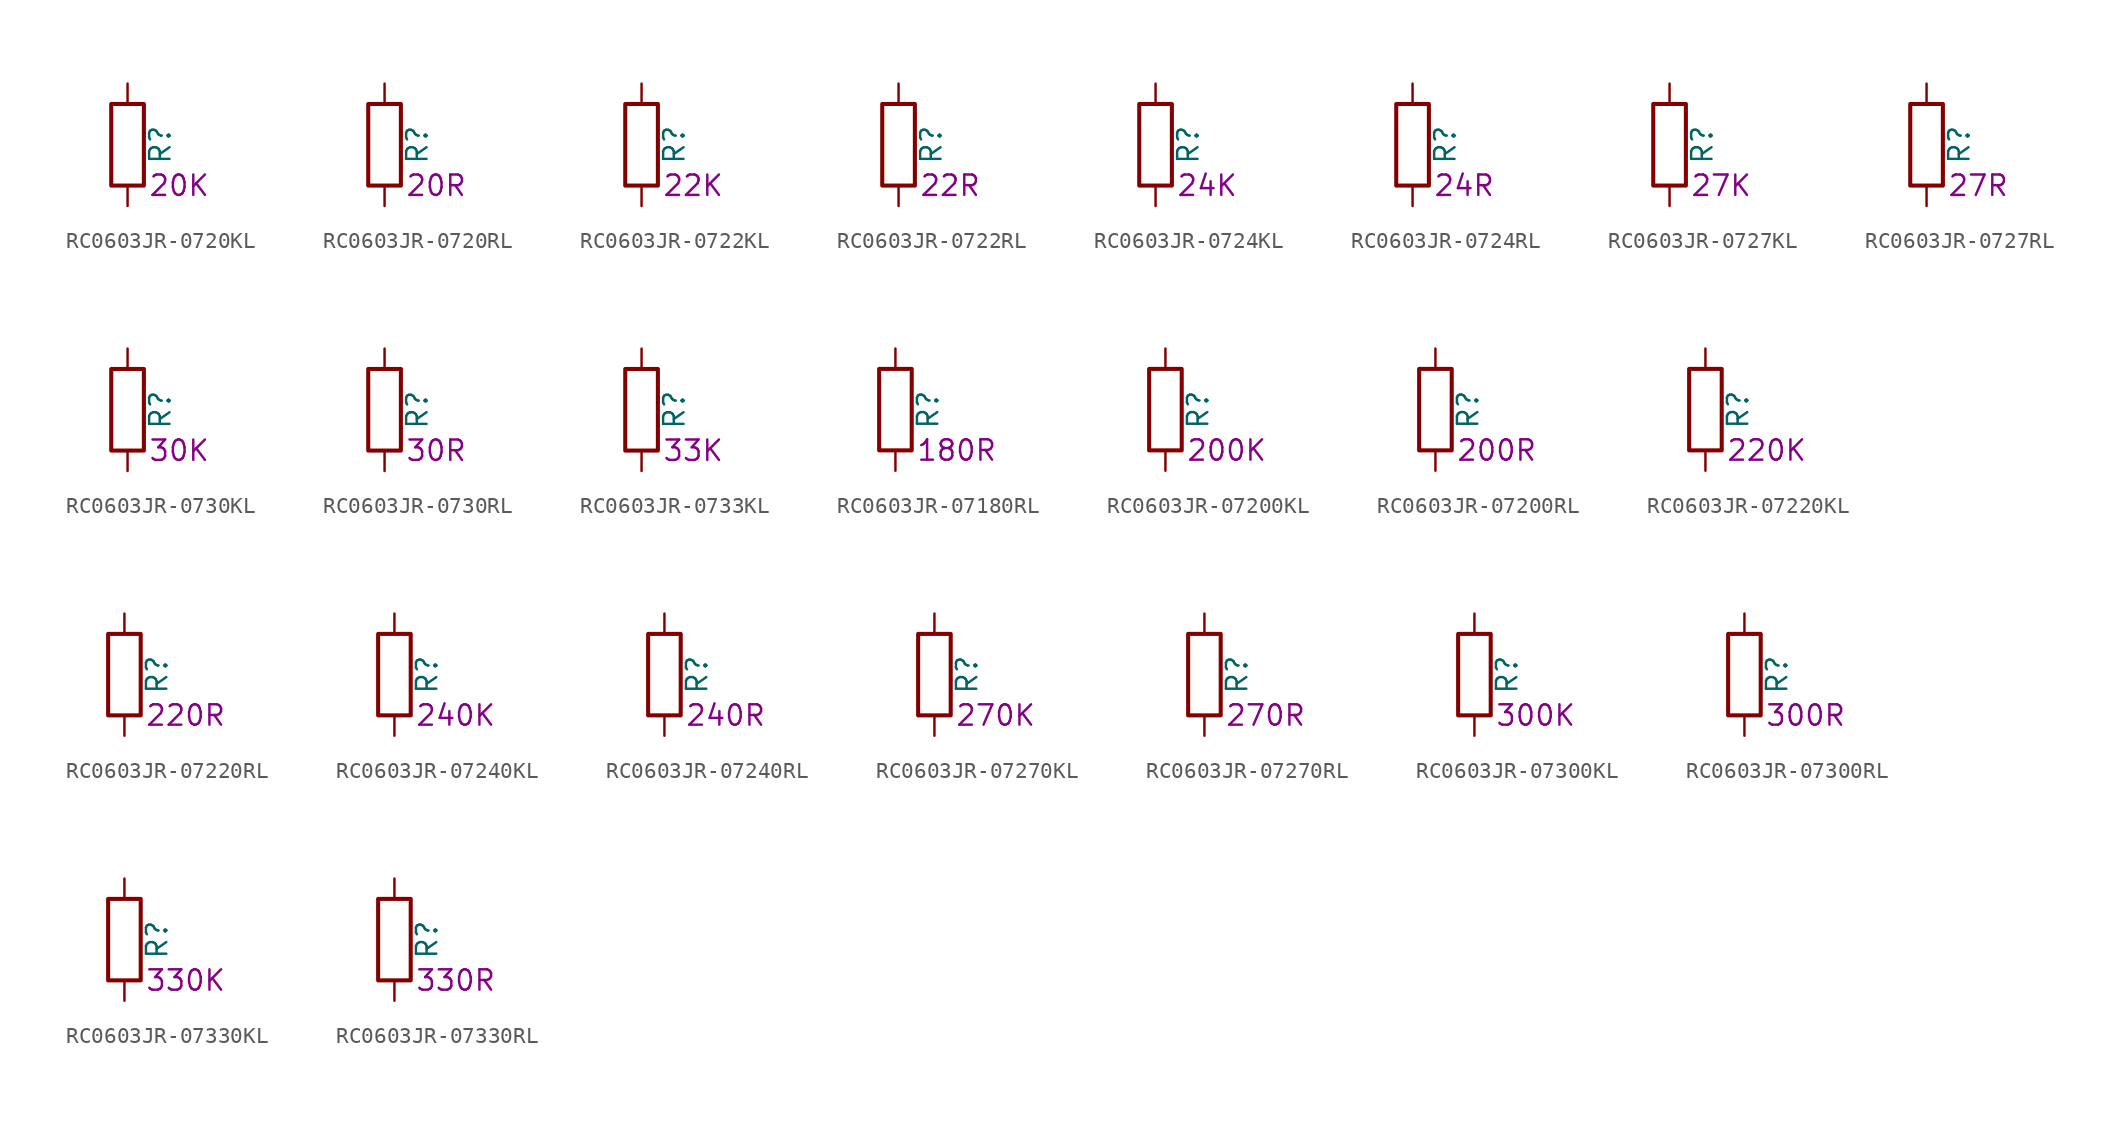
<source format=kicad_sym>
(kicad_symbol_lib
  (version 20220914)
  (generator kicad_symbol_editor)
  (symbol "RC0603JR-0720KL"
    (pin_numbers hide)
    (pin_names
      (offset 0))
    (property "Reference" "R"
      (at 2.032 0 90)
      (effects (font (size 1.27 1.27))))
    (property "Resistance" "20K"
      (at 1.27 -2.54 0)
      (effects (font (size 1.27 1.27)) (justify left)))
    (symbol "RC0603JR-0720KL_0_1"
      (rectangle (start -1.016 -2.54) (end 1.016 2.54) (stroke (width 0.254) (type default)) (fill (type none))))
    (symbol "RC0603JR-0720KL_1_1"
      (pin passive line (at 0 3.81 270) (length 1.27) (name "~" (effects (font (size 1.27 1.27)))) (number "1" (effects (font (size 1.27 1.27)))))
      (pin passive line (at 0 -3.81 90) (length 1.27) (name "~" (effects (font (size 1.27 1.27)))) (number "2" (effects (font (size 1.27 1.27)))))))
  (symbol "RC0603JR-0720RL"
    (pin_numbers hide)
    (pin_names
      (offset 0))
    (property "Reference" "R"
      (at 2.032 0 90)
      (effects (font (size 1.27 1.27))))
    (property "Resistance" "20R"
      (at 1.27 -2.54 0)
      (effects (font (size 1.27 1.27)) (justify left)))
    (symbol "RC0603JR-0720RL_0_1"
      (rectangle (start -1.016 -2.54) (end 1.016 2.54) (stroke (width 0.254) (type default)) (fill (type none))))
    (symbol "RC0603JR-0720RL_1_1"
      (pin passive line (at 0 3.81 270) (length 1.27) (name "~" (effects (font (size 1.27 1.27)))) (number "1" (effects (font (size 1.27 1.27)))))
      (pin passive line (at 0 -3.81 90) (length 1.27) (name "~" (effects (font (size 1.27 1.27)))) (number "2" (effects (font (size 1.27 1.27)))))))
  (symbol "RC0603JR-0722KL"
    (pin_numbers hide)
    (pin_names
      (offset 0))
    (property "Reference" "R"
      (at 2.032 0 90)
      (effects (font (size 1.27 1.27))))
    (property "Resistance" "22K"
      (at 1.27 -2.54 0)
      (effects (font (size 1.27 1.27)) (justify left)))
    (symbol "RC0603JR-0722KL_0_1"
      (rectangle (start -1.016 -2.54) (end 1.016 2.54) (stroke (width 0.254) (type default)) (fill (type none))))
    (symbol "RC0603JR-0722KL_1_1"
      (pin passive line (at 0 3.81 270) (length 1.27) (name "~" (effects (font (size 1.27 1.27)))) (number "1" (effects (font (size 1.27 1.27)))))
      (pin passive line (at 0 -3.81 90) (length 1.27) (name "~" (effects (font (size 1.27 1.27)))) (number "2" (effects (font (size 1.27 1.27)))))))
  (symbol "RC0603JR-0722RL"
    (pin_numbers hide)
    (pin_names
      (offset 0))
    (property "Reference" "R"
      (at 2.032 0 90)
      (effects (font (size 1.27 1.27))))
    (property "Resistance" "22R"
      (at 1.27 -2.54 0)
      (effects (font (size 1.27 1.27)) (justify left)))
    (symbol "RC0603JR-0722RL_0_1"
      (rectangle (start -1.016 -2.54) (end 1.016 2.54) (stroke (width 0.254) (type default)) (fill (type none))))
    (symbol "RC0603JR-0722RL_1_1"
      (pin passive line (at 0 3.81 270) (length 1.27) (name "~" (effects (font (size 1.27 1.27)))) (number "1" (effects (font (size 1.27 1.27)))))
      (pin passive line (at 0 -3.81 90) (length 1.27) (name "~" (effects (font (size 1.27 1.27)))) (number "2" (effects (font (size 1.27 1.27)))))))
  (symbol "RC0603JR-0724KL"
    (pin_numbers hide)
    (pin_names
      (offset 0))
    (property "Reference" "R"
      (at 2.032 0 90)
      (effects (font (size 1.27 1.27))))
    (property "Resistance" "24K"
      (at 1.27 -2.54 0)
      (effects (font (size 1.27 1.27)) (justify left)))
    (symbol "RC0603JR-0724KL_0_1"
      (rectangle (start -1.016 -2.54) (end 1.016 2.54) (stroke (width 0.254) (type default)) (fill (type none))))
    (symbol "RC0603JR-0724KL_1_1"
      (pin passive line (at 0 3.81 270) (length 1.27) (name "~" (effects (font (size 1.27 1.27)))) (number "1" (effects (font (size 1.27 1.27)))))
      (pin passive line (at 0 -3.81 90) (length 1.27) (name "~" (effects (font (size 1.27 1.27)))) (number "2" (effects (font (size 1.27 1.27)))))))
  (symbol "RC0603JR-0724RL"
    (pin_numbers hide)
    (pin_names
      (offset 0))
    (property "Reference" "R"
      (at 2.032 0 90)
      (effects (font (size 1.27 1.27))))
    (property "Resistance" "24R"
      (at 1.27 -2.54 0)
      (effects (font (size 1.27 1.27)) (justify left)))
    (symbol "RC0603JR-0724RL_0_1"
      (rectangle (start -1.016 -2.54) (end 1.016 2.54) (stroke (width 0.254) (type default)) (fill (type none))))
    (symbol "RC0603JR-0724RL_1_1"
      (pin passive line (at 0 3.81 270) (length 1.27) (name "~" (effects (font (size 1.27 1.27)))) (number "1" (effects (font (size 1.27 1.27)))))
      (pin passive line (at 0 -3.81 90) (length 1.27) (name "~" (effects (font (size 1.27 1.27)))) (number "2" (effects (font (size 1.27 1.27)))))))
  (symbol "RC0603JR-0727KL"
    (pin_numbers hide)
    (pin_names
      (offset 0))
    (property "Reference" "R"
      (at 2.032 0 90)
      (effects (font (size 1.27 1.27))))
    (property "Resistance" "27K"
      (at 1.27 -2.54 0)
      (effects (font (size 1.27 1.27)) (justify left)))
    (symbol "RC0603JR-0727KL_0_1"
      (rectangle (start -1.016 -2.54) (end 1.016 2.54) (stroke (width 0.254) (type default)) (fill (type none))))
    (symbol "RC0603JR-0727KL_1_1"
      (pin passive line (at 0 3.81 270) (length 1.27) (name "~" (effects (font (size 1.27 1.27)))) (number "1" (effects (font (size 1.27 1.27)))))
      (pin passive line (at 0 -3.81 90) (length 1.27) (name "~" (effects (font (size 1.27 1.27)))) (number "2" (effects (font (size 1.27 1.27)))))))
  (symbol "RC0603JR-0727RL"
    (pin_numbers hide)
    (pin_names
      (offset 0))
    (property "Reference" "R"
      (at 2.032 0 90)
      (effects (font (size 1.27 1.27))))
    (property "Resistance" "27R"
      (at 1.27 -2.54 0)
      (effects (font (size 1.27 1.27)) (justify left)))
    (symbol "RC0603JR-0727RL_0_1"
      (rectangle (start -1.016 -2.54) (end 1.016 2.54) (stroke (width 0.254) (type default)) (fill (type none))))
    (symbol "RC0603JR-0727RL_1_1"
      (pin passive line (at 0 3.81 270) (length 1.27) (name "~" (effects (font (size 1.27 1.27)))) (number "1" (effects (font (size 1.27 1.27)))))
      (pin passive line (at 0 -3.81 90) (length 1.27) (name "~" (effects (font (size 1.27 1.27)))) (number "2" (effects (font (size 1.27 1.27)))))))
  (symbol "RC0603JR-0730KL"
    (pin_numbers hide)
    (pin_names
      (offset 0))
    (property "Reference" "R"
      (at 2.032 0 90)
      (effects (font (size 1.27 1.27))))
    (property "Resistance" "30K"
      (at 1.27 -2.54 0)
      (effects (font (size 1.27 1.27)) (justify left)))
    (symbol "RC0603JR-0730KL_0_1"
      (rectangle (start -1.016 -2.54) (end 1.016 2.54) (stroke (width 0.254) (type default)) (fill (type none))))
    (symbol "RC0603JR-0730KL_1_1"
      (pin passive line (at 0 3.81 270) (length 1.27) (name "~" (effects (font (size 1.27 1.27)))) (number "1" (effects (font (size 1.27 1.27)))))
      (pin passive line (at 0 -3.81 90) (length 1.27) (name "~" (effects (font (size 1.27 1.27)))) (number "2" (effects (font (size 1.27 1.27)))))))
  (symbol "RC0603JR-0730RL"
    (pin_numbers hide)
    (pin_names
      (offset 0))
    (property "Reference" "R"
      (at 2.032 0 90)
      (effects (font (size 1.27 1.27))))
    (property "Resistance" "30R"
      (at 1.27 -2.54 0)
      (effects (font (size 1.27 1.27)) (justify left)))
    (symbol "RC0603JR-0730RL_0_1"
      (rectangle (start -1.016 -2.54) (end 1.016 2.54) (stroke (width 0.254) (type default)) (fill (type none))))
    (symbol "RC0603JR-0730RL_1_1"
      (pin passive line (at 0 3.81 270) (length 1.27) (name "~" (effects (font (size 1.27 1.27)))) (number "1" (effects (font (size 1.27 1.27)))))
      (pin passive line (at 0 -3.81 90) (length 1.27) (name "~" (effects (font (size 1.27 1.27)))) (number "2" (effects (font (size 1.27 1.27)))))))
  (symbol "RC0603JR-0733KL"
    (pin_numbers hide)
    (pin_names
      (offset 0))
    (property "Reference" "R"
      (at 2.032 0 90)
      (effects (font (size 1.27 1.27))))
    (property "Resistance" "33K"
      (at 1.27 -2.54 0)
      (effects (font (size 1.27 1.27)) (justify left)))
    (symbol "RC0603JR-0733KL_0_1"
      (rectangle (start -1.016 -2.54) (end 1.016 2.54) (stroke (width 0.254) (type default)) (fill (type none))))
    (symbol "RC0603JR-0733KL_1_1"
      (pin passive line (at 0 3.81 270) (length 1.27) (name "~" (effects (font (size 1.27 1.27)))) (number "1" (effects (font (size 1.27 1.27)))))
      (pin passive line (at 0 -3.81 90) (length 1.27) (name "~" (effects (font (size 1.27 1.27)))) (number "2" (effects (font (size 1.27 1.27)))))))
  (symbol "RC0603JR-07180RL"
    (pin_numbers hide)
    (pin_names
      (offset 0))
    (property "Reference" "R"
      (at 2.032 0 90)
      (effects (font (size 1.27 1.27))))
    (property "Resistance" "180R"
      (at 1.27 -2.54 0)
      (effects (font (size 1.27 1.27)) (justify left)))
    (symbol "RC0603JR-07180RL_0_1"
      (rectangle (start -1.016 -2.54) (end 1.016 2.54) (stroke (width 0.254) (type default)) (fill (type none))))
    (symbol "RC0603JR-07180RL_1_1"
      (pin passive line (at 0 3.81 270) (length 1.27) (name "~" (effects (font (size 1.27 1.27)))) (number "1" (effects (font (size 1.27 1.27)))))
      (pin passive line (at 0 -3.81 90) (length 1.27) (name "~" (effects (font (size 1.27 1.27)))) (number "2" (effects (font (size 1.27 1.27)))))))
  (symbol "RC0603JR-07200KL"
    (pin_numbers hide)
    (pin_names
      (offset 0))
    (property "Reference" "R"
      (at 2.032 0 90)
      (effects (font (size 1.27 1.27))))
    (property "Resistance" "200K"
      (at 1.27 -2.54 0)
      (effects (font (size 1.27 1.27)) (justify left)))
    (symbol "RC0603JR-07200KL_0_1"
      (rectangle (start -1.016 -2.54) (end 1.016 2.54) (stroke (width 0.254) (type default)) (fill (type none))))
    (symbol "RC0603JR-07200KL_1_1"
      (pin passive line (at 0 3.81 270) (length 1.27) (name "~" (effects (font (size 1.27 1.27)))) (number "1" (effects (font (size 1.27 1.27)))))
      (pin passive line (at 0 -3.81 90) (length 1.27) (name "~" (effects (font (size 1.27 1.27)))) (number "2" (effects (font (size 1.27 1.27)))))))
  (symbol "RC0603JR-07200RL"
    (pin_numbers hide)
    (pin_names
      (offset 0))
    (property "Reference" "R"
      (at 2.032 0 90)
      (effects (font (size 1.27 1.27))))
    (property "Resistance" "200R"
      (at 1.27 -2.54 0)
      (effects (font (size 1.27 1.27)) (justify left)))
    (symbol "RC0603JR-07200RL_0_1"
      (rectangle (start -1.016 -2.54) (end 1.016 2.54) (stroke (width 0.254) (type default)) (fill (type none))))
    (symbol "RC0603JR-07200RL_1_1"
      (pin passive line (at 0 3.81 270) (length 1.27) (name "~" (effects (font (size 1.27 1.27)))) (number "1" (effects (font (size 1.27 1.27)))))
      (pin passive line (at 0 -3.81 90) (length 1.27) (name "~" (effects (font (size 1.27 1.27)))) (number "2" (effects (font (size 1.27 1.27)))))))
  (symbol "RC0603JR-07220KL"
    (pin_numbers hide)
    (pin_names
      (offset 0))
    (property "Reference" "R"
      (at 2.032 0 90)
      (effects (font (size 1.27 1.27))))
    (property "Resistance" "220K"
      (at 1.27 -2.54 0)
      (effects (font (size 1.27 1.27)) (justify left)))
    (symbol "RC0603JR-07220KL_0_1"
      (rectangle (start -1.016 -2.54) (end 1.016 2.54) (stroke (width 0.254) (type default)) (fill (type none))))
    (symbol "RC0603JR-07220KL_1_1"
      (pin passive line (at 0 3.81 270) (length 1.27) (name "~" (effects (font (size 1.27 1.27)))) (number "1" (effects (font (size 1.27 1.27)))))
      (pin passive line (at 0 -3.81 90) (length 1.27) (name "~" (effects (font (size 1.27 1.27)))) (number "2" (effects (font (size 1.27 1.27)))))))
  (symbol "RC0603JR-07220RL"
    (pin_numbers hide)
    (pin_names
      (offset 0))
    (property "Reference" "R"
      (at 2.032 0 90)
      (effects (font (size 1.27 1.27))))
    (property "Resistance" "220R"
      (at 1.27 -2.54 0)
      (effects (font (size 1.27 1.27)) (justify left)))
    (symbol "RC0603JR-07220RL_0_1"
      (rectangle (start -1.016 -2.54) (end 1.016 2.54) (stroke (width 0.254) (type default)) (fill (type none))))
    (symbol "RC0603JR-07220RL_1_1"
      (pin passive line (at 0 3.81 270) (length 1.27) (name "~" (effects (font (size 1.27 1.27)))) (number "1" (effects (font (size 1.27 1.27)))))
      (pin passive line (at 0 -3.81 90) (length 1.27) (name "~" (effects (font (size 1.27 1.27)))) (number "2" (effects (font (size 1.27 1.27)))))))
  (symbol "RC0603JR-07240KL"
    (pin_numbers hide)
    (pin_names
      (offset 0))
    (property "Reference" "R"
      (at 2.032 0 90)
      (effects (font (size 1.27 1.27))))
    (property "Resistance" "240K"
      (at 1.27 -2.54 0)
      (effects (font (size 1.27 1.27)) (justify left)))
    (symbol "RC0603JR-07240KL_0_1"
      (rectangle (start -1.016 -2.54) (end 1.016 2.54) (stroke (width 0.254) (type default)) (fill (type none))))
    (symbol "RC0603JR-07240KL_1_1"
      (pin passive line (at 0 3.81 270) (length 1.27) (name "~" (effects (font (size 1.27 1.27)))) (number "1" (effects (font (size 1.27 1.27)))))
      (pin passive line (at 0 -3.81 90) (length 1.27) (name "~" (effects (font (size 1.27 1.27)))) (number "2" (effects (font (size 1.27 1.27)))))))
  (symbol "RC0603JR-07240RL"
    (pin_numbers hide)
    (pin_names
      (offset 0))
    (property "Reference" "R"
      (at 2.032 0 90)
      (effects (font (size 1.27 1.27))))
    (property "Resistance" "240R"
      (at 1.27 -2.54 0)
      (effects (font (size 1.27 1.27)) (justify left)))
    (symbol "RC0603JR-07240RL_0_1"
      (rectangle (start -1.016 -2.54) (end 1.016 2.54) (stroke (width 0.254) (type default)) (fill (type none))))
    (symbol "RC0603JR-07240RL_1_1"
      (pin passive line (at 0 3.81 270) (length 1.27) (name "~" (effects (font (size 1.27 1.27)))) (number "1" (effects (font (size 1.27 1.27)))))
      (pin passive line (at 0 -3.81 90) (length 1.27) (name "~" (effects (font (size 1.27 1.27)))) (number "2" (effects (font (size 1.27 1.27)))))))
  (symbol "RC0603JR-07270KL"
    (pin_numbers hide)
    (pin_names
      (offset 0))
    (property "Reference" "R"
      (at 2.032 0 90)
      (effects (font (size 1.27 1.27))))
    (property "Resistance" "270K"
      (at 1.27 -2.54 0)
      (effects (font (size 1.27 1.27)) (justify left)))
    (symbol "RC0603JR-07270KL_0_1"
      (rectangle (start -1.016 -2.54) (end 1.016 2.54) (stroke (width 0.254) (type default)) (fill (type none))))
    (symbol "RC0603JR-07270KL_1_1"
      (pin passive line (at 0 3.81 270) (length 1.27) (name "~" (effects (font (size 1.27 1.27)))) (number "1" (effects (font (size 1.27 1.27)))))
      (pin passive line (at 0 -3.81 90) (length 1.27) (name "~" (effects (font (size 1.27 1.27)))) (number "2" (effects (font (size 1.27 1.27)))))))
  (symbol "RC0603JR-07270RL"
    (pin_numbers hide)
    (pin_names
      (offset 0))
    (property "Reference" "R"
      (at 2.032 0 90)
      (effects (font (size 1.27 1.27))))
    (property "Resistance" "270R"
      (at 1.27 -2.54 0)
      (effects (font (size 1.27 1.27)) (justify left)))
    (symbol "RC0603JR-07270RL_0_1"
      (rectangle (start -1.016 -2.54) (end 1.016 2.54) (stroke (width 0.254) (type default)) (fill (type none))))
    (symbol "RC0603JR-07270RL_1_1"
      (pin passive line (at 0 3.81 270) (length 1.27) (name "~" (effects (font (size 1.27 1.27)))) (number "1" (effects (font (size 1.27 1.27)))))
      (pin passive line (at 0 -3.81 90) (length 1.27) (name "~" (effects (font (size 1.27 1.27)))) (number "2" (effects (font (size 1.27 1.27)))))))
  (symbol "RC0603JR-07300KL"
    (pin_numbers hide)
    (pin_names
      (offset 0))
    (property "Reference" "R"
      (at 2.032 0 90)
      (effects (font (size 1.27 1.27))))
    (property "Resistance" "300K"
      (at 1.27 -2.54 0)
      (effects (font (size 1.27 1.27)) (justify left)))
    (symbol "RC0603JR-07300KL_0_1"
      (rectangle (start -1.016 -2.54) (end 1.016 2.54) (stroke (width 0.254) (type default)) (fill (type none))))
    (symbol "RC0603JR-07300KL_1_1"
      (pin passive line (at 0 3.81 270) (length 1.27) (name "~" (effects (font (size 1.27 1.27)))) (number "1" (effects (font (size 1.27 1.27)))))
      (pin passive line (at 0 -3.81 90) (length 1.27) (name "~" (effects (font (size 1.27 1.27)))) (number "2" (effects (font (size 1.27 1.27)))))))
  (symbol "RC0603JR-07300RL"
    (pin_numbers hide)
    (pin_names
      (offset 0))
    (property "Reference" "R"
      (at 2.032 0 90)
      (effects (font (size 1.27 1.27))))
    (property "Resistance" "300R"
      (at 1.27 -2.54 0)
      (effects (font (size 1.27 1.27)) (justify left)))
    (symbol "RC0603JR-07300RL_0_1"
      (rectangle (start -1.016 -2.54) (end 1.016 2.54) (stroke (width 0.254) (type default)) (fill (type none))))
    (symbol "RC0603JR-07300RL_1_1"
      (pin passive line (at 0 3.81 270) (length 1.27) (name "~" (effects (font (size 1.27 1.27)))) (number "1" (effects (font (size 1.27 1.27)))))
      (pin passive line (at 0 -3.81 90) (length 1.27) (name "~" (effects (font (size 1.27 1.27)))) (number "2" (effects (font (size 1.27 1.27)))))))
  (symbol "RC0603JR-07330KL"
    (pin_numbers hide)
    (pin_names
      (offset 0))
    (property "Reference" "R"
      (at 2.032 0 90)
      (effects (font (size 1.27 1.27))))
    (property "Resistance" "330K"
      (at 1.27 -2.54 0)
      (effects (font (size 1.27 1.27)) (justify left)))
    (symbol "RC0603JR-07330KL_0_1"
      (rectangle (start -1.016 -2.54) (end 1.016 2.54) (stroke (width 0.254) (type default)) (fill (type none))))
    (symbol "RC0603JR-07330KL_1_1"
      (pin passive line (at 0 3.81 270) (length 1.27) (name "~" (effects (font (size 1.27 1.27)))) (number "1" (effects (font (size 1.27 1.27)))))
      (pin passive line (at 0 -3.81 90) (length 1.27) (name "~" (effects (font (size 1.27 1.27)))) (number "2" (effects (font (size 1.27 1.27)))))))
  (symbol "RC0603JR-07330RL"
    (pin_numbers hide)
    (pin_names
      (offset 0))
    (property "Reference" "R"
      (at 2.032 0 90)
      (effects (font (size 1.27 1.27))))
    (property "Resistance" "330R"
      (at 1.27 -2.54 0)
      (effects (font (size 1.27 1.27)) (justify left)))
    (symbol "RC0603JR-07330RL_0_1"
      (rectangle (start -1.016 -2.54) (end 1.016 2.54) (stroke (width 0.254) (type default)) (fill (type none))))
    (symbol "RC0603JR-07330RL_1_1"
      (pin passive line (at 0 3.81 270) (length 1.27) (name "~" (effects (font (size 1.27 1.27)))) (number "1" (effects (font (size 1.27 1.27)))))
      (pin passive line (at 0 -3.81 90) (length 1.27) (name "~" (effects (font (size 1.27 1.27)))) (number "2" (effects (font (size 1.27 1.27))))))))
</source>
